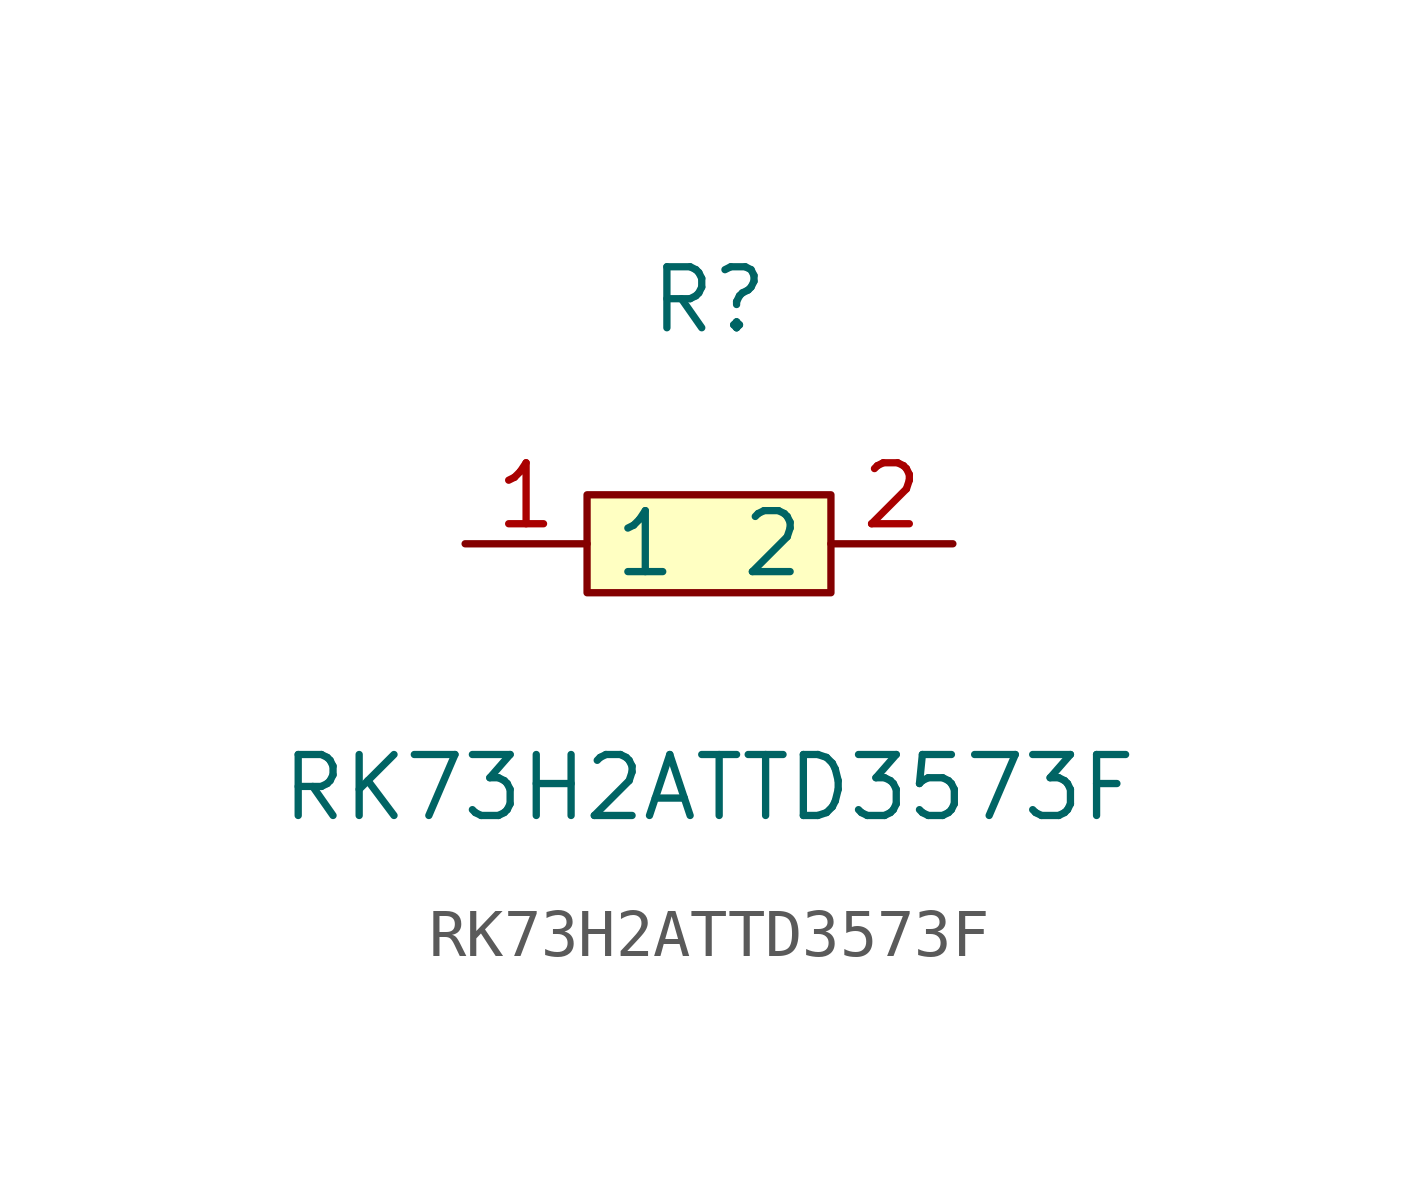
<source format=kicad_sym>
(kicad_symbol_lib
  (version 20211014)
  (generator https://github.com/uPesy/easyeda2kicad.py)
  (symbol "RK73H2ATTD3573F"
    (property "Reference" "R"
      (at 0 5.08 0)
      (effects (font (size 1.27 1.27))))
    (property "Value" "RK73H2ATTD3573F"
      (at 0 -5.08 0)
      (effects (font (size 1.27 1.27))))
    (symbol "RK73H2ATTD3573F_0_1"
      (rectangle (start -2.54 1.02) (end 2.54 -1.02) (stroke (width 0) (type default) (color 0 0 0 0)) (fill (type background)))
      (pin unspecified line (at 5.08 -0.00 180) (length 2.54) (name "2" (effects (font (size 1.27 1.27)))) (number "2" (effects (font (size 1.27 1.27)))))
      (pin unspecified line (at -5.08 -0.00 0) (length 2.54) (name "1" (effects (font (size 1.27 1.27)))) (number "1" (effects (font (size 1.27 1.27))))))))
</source>
